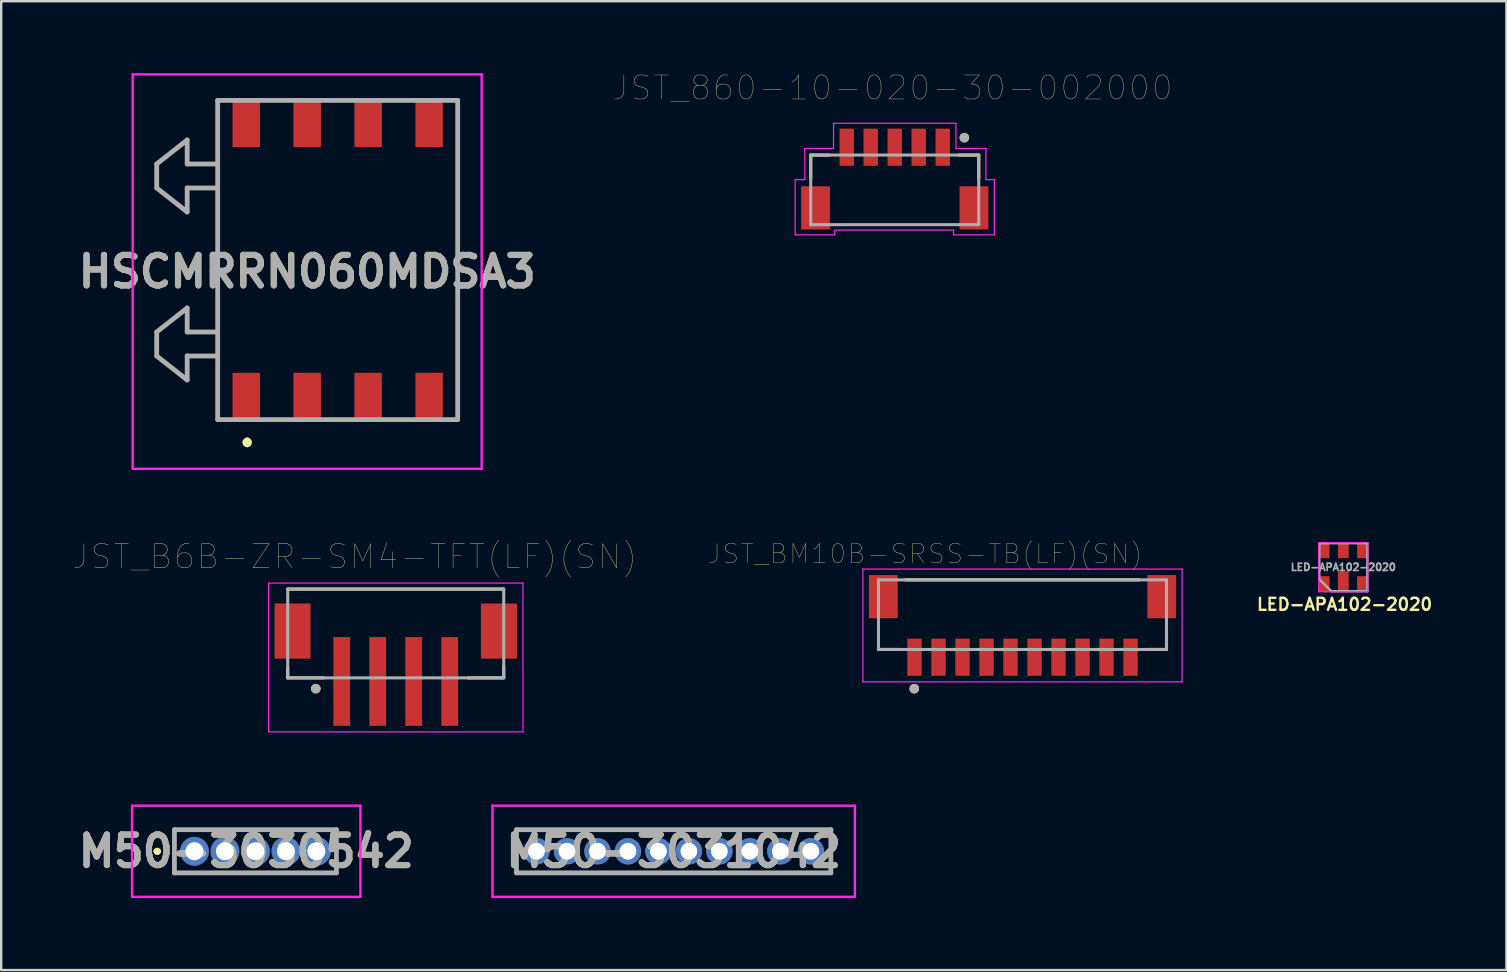
<source format=kicad_pcb>
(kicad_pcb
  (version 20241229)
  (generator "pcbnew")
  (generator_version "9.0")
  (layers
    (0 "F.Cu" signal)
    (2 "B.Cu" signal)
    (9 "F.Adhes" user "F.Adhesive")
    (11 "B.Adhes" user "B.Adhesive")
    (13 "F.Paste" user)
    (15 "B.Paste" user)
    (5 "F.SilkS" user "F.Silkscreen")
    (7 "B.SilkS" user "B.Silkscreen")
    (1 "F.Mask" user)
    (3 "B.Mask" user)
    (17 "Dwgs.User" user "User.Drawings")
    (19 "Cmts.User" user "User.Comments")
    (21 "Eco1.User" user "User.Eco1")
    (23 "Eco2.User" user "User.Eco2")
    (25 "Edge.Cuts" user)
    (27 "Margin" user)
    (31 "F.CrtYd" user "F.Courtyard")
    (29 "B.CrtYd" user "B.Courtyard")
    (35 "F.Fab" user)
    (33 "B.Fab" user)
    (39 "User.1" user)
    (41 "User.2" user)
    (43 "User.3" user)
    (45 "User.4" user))
  (footprint "LED-APA102-2020"
    (layer "F.Cu")
    (at 52.919 20.582)
    (property "Reference" "LED-APA102-2020" (at 0.051 1.549 0) (layer "F.SilkS") (effects (font (size 0.5 0.5) (thickness 0.1))))
    (attr smd)
    (fp_line (start -1.025 -1.025) (end -1.025 1.025) (stroke (width 0.05) (type solid)) (layer "F.CrtYd"))
    (fp_line (start -1.025 -1.025) (end 1.025 -1.025) (stroke (width 0.05) (type solid)) (layer "F.CrtYd"))
    (fp_line (start -1.025 1.025) (end 1.025 1.025) (stroke (width 0.05) (type solid)) (layer "F.CrtYd"))
    (fp_line (start 1.025 -1.025) (end 1.025 1.025) (stroke (width 0.05) (type solid)) (layer "F.CrtYd"))
    (fp_line (start -1 -1) (end 1 -1) (stroke (width 0.1) (type solid)) (layer "F.Fab"))
    (fp_line (start -1 0.5) (end -1 -1) (stroke (width 0.1) (type solid)) (layer "F.Fab"))
    (fp_line (start -1 0.5) (end -0.5 1) (stroke (width 0.1) (type solid)) (layer "F.Fab"))
    (fp_line (start 1 -1) (end 1 1) (stroke (width 0.1) (type solid)) (layer "F.Fab"))
    (fp_line (start 1 1) (end -0.5 1) (stroke (width 0.1) (type solid)) (layer "F.Fab"))
    (fp_text user "${REFERENCE}" (at 0 0 0) (layer "F.Fab") (effects (font (size 0.3 0.3) (thickness 0.07))))
    (pad "1" smd rect (at 0 0.6) (size 0.45 0.85) (layers "F.Cu" "F.Mask" "F.Paste"))
    (pad "2" smd rect (at 0.8 0.7) (size 0.45 0.65) (layers "F.Cu" "F.Mask" "F.Paste"))
    (pad "3" smd rect (at 0.8 -0.7) (size 0.45 0.65) (layers "F.Cu" "F.Mask" "F.Paste"))
    (pad "4" smd rect (at -0.8 -0.7) (size 0.45 0.65) (layers "F.Cu" "F.Mask" "F.Paste"))
    (pad "5" smd rect (at -0.8 0.7) (size 0.45 0.65) (layers "F.Cu" "F.Mask" "F.Paste"))
    (pad "6" smd rect (at 0 -0.7) (size 0.45 0.65) (layers "F.Cu" "F.Mask" "F.Paste")))
  (footprint "M50-3031042"
    (layer "F.Cu")
    (at 19.303 32.418)
    (property "Reference" "M50-3031042" (at 5.715 0 0) (layer "F.SilkS") (effects (font (size 1.27 1.27) (thickness 0.254))))
    (attr through_hole)
    (fp_line (start -0.835 -0.9) (end 12.265 -0.9) (stroke (width 0.1) (type solid)) (layer "F.SilkS"))
    (fp_line (start -0.835 0.9) (end -0.835 -0.9) (stroke (width 0.1) (type solid)) (layer "F.SilkS"))
    (fp_line (start 12.265 -0.9) (end 12.265 0.9) (stroke (width 0.1) (type solid)) (layer "F.SilkS"))
    (fp_line (start 12.265 0.9) (end -0.835 0.9) (stroke (width 0.1) (type solid)) (layer "F.SilkS"))
    (fp_line (start -1.835 -1.9) (end 13.265 -1.9) (stroke (width 0.1) (type solid)) (layer "F.CrtYd"))
    (fp_line (start -1.835 1.9) (end -1.835 -1.9) (stroke (width 0.1) (type solid)) (layer "F.CrtYd"))
    (fp_line (start 13.265 -1.9) (end 13.265 1.9) (stroke (width 0.1) (type solid)) (layer "F.CrtYd"))
    (fp_line (start 13.265 1.9) (end -1.835 1.9) (stroke (width 0.1) (type solid)) (layer "F.CrtYd"))
    (fp_line (start -0.835 -0.9) (end 12.265 -0.9) (stroke (width 0.2) (type solid)) (layer "F.Fab"))
    (fp_line (start -0.835 0.9) (end -0.835 -0.9) (stroke (width 0.2) (type solid)) (layer "F.Fab"))
    (fp_line (start 12.265 -0.9) (end 12.265 0.9) (stroke (width 0.2) (type solid)) (layer "F.Fab"))
    (fp_line (start 12.265 0.9) (end -0.835 0.9) (stroke (width 0.2) (type solid)) (layer "F.Fab"))
    (fp_text user "${REFERENCE}" (at 5.715 0 0) (layer "F.Fab") (effects (font (size 1.27 1.27) (thickness 0.254))))
    (pad "1" thru_hole circle (at 0 0) (size 1.1 1.1) (drill 0.7) (layers "*.Cu" "*.Mask"))
    (pad "2" thru_hole circle (at 1.27 0) (size 1.1 1.1) (drill 0.7) (layers "*.Cu" "*.Mask"))
    (pad "3" thru_hole circle (at 2.54 0) (size 1.1 1.1) (drill 0.7) (layers "*.Cu" "*.Mask"))
    (pad "4" thru_hole circle (at 3.81 0) (size 1.1 1.1) (drill 0.7) (layers "*.Cu" "*.Mask"))
    (pad "5" thru_hole circle (at 5.08 0) (size 1.1 1.1) (drill 0.7) (layers "*.Cu" "*.Mask"))
    (pad "6" thru_hole circle (at 6.35 0) (size 1.1 1.1) (drill 0.7) (layers "*.Cu" "*.Mask"))
    (pad "7" thru_hole circle (at 7.62 0) (size 1.1 1.1) (drill 0.7) (layers "*.Cu" "*.Mask"))
    (pad "8" thru_hole circle (at 8.89 0) (size 1.1 1.1) (drill 0.7) (layers "*.Cu" "*.Mask"))
    (pad "9" thru_hole circle (at 10.16 0) (size 1.1 1.1) (drill 0.7) (layers "*.Cu" "*.Mask"))
    (pad "10" thru_hole circle (at 11.43 0) (size 1.1 1.1) (drill 0.7) (layers "*.Cu" "*.Mask")))
  (footprint "JST_BM10B-SRSS-TB(LF)(SN)"
    (layer "F.Cu")
    (at 39.552 24.334)
    (property "Reference" "JST_BM10B-SRSS-TB(LF)(SN)" (at -4.06 -4.308 0) (layer "F.SilkS") (effects (font (size 0.8 0.8) (thickness 0.015))))
    (attr through_hole)
    (fp_line (start -6 -1.3) (end -6 -0.325) (stroke (width 0.127) (type solid)) (layer "F.SilkS"))
    (fp_line (start -6 -0.325) (end -5.12 -0.325) (stroke (width 0.127) (type solid)) (layer "F.SilkS"))
    (fp_line (start 4.88 -3.225) (end -4.88 -3.225) (stroke (width 0.127) (type solid)) (layer "F.SilkS"))
    (fp_line (start 6 -1.3) (end 6 -0.325) (stroke (width 0.127) (type solid)) (layer "F.SilkS"))
    (fp_line (start 6 -0.325) (end 5.12 -0.325) (stroke (width 0.127) (type solid)) (layer "F.SilkS"))
    (fp_circle (center -4.51 1.31) (end -4.41 1.31) (stroke (width 0.2) (type solid)) (fill no) (layer "F.SilkS"))
    (fp_line (start -6.65 -3.675) (end -6.65 1.025) (stroke (width 0.05) (type solid)) (layer "F.CrtYd"))
    (fp_line (start -6.65 1.025) (end 6.65 1.025) (stroke (width 0.05) (type solid)) (layer "F.CrtYd"))
    (fp_line (start 6.65 -3.675) (end -6.65 -3.675) (stroke (width 0.05) (type solid)) (layer "F.CrtYd"))
    (fp_line (start 6.65 1.025) (end 6.65 -3.675) (stroke (width 0.05) (type solid)) (layer "F.CrtYd"))
    (fp_line (start -6 -3.225) (end -6 -0.325) (stroke (width 0.127) (type solid)) (layer "F.Fab"))
    (fp_line (start -6 -0.325) (end 6 -0.325) (stroke (width 0.127) (type solid)) (layer "F.Fab"))
    (fp_line (start 6 -3.225) (end -6 -3.225) (stroke (width 0.127) (type solid)) (layer "F.Fab"))
    (fp_line (start 6 -0.325) (end 6 -3.225) (stroke (width 0.127) (type solid)) (layer "F.Fab"))
    (fp_circle (center -4.51 1.31) (end -4.41 1.31) (stroke (width 0.2) (type solid)) (fill no) (layer "F.Fab"))
    (pad "1" smd rect (at -4.5 0) (size 0.6 1.55) (layers "F.Cu" "F.Mask" "F.Paste"))
    (pad "2" smd rect (at -3.5 0) (size 0.6 1.55) (layers "F.Cu" "F.Mask" "F.Paste"))
    (pad "3" smd rect (at -2.5 0) (size 0.6 1.55) (layers "F.Cu" "F.Mask" "F.Paste"))
    (pad "4" smd rect (at -1.5 0) (size 0.6 1.55) (layers "F.Cu" "F.Mask" "F.Paste"))
    (pad "5" smd rect (at -0.5 0) (size 0.6 1.55) (layers "F.Cu" "F.Mask" "F.Paste"))
    (pad "6" smd rect (at 0.5 0) (size 0.6 1.55) (layers "F.Cu" "F.Mask" "F.Paste"))
    (pad "7" smd rect (at 1.5 0) (size 0.6 1.55) (layers "F.Cu" "F.Mask" "F.Paste"))
    (pad "8" smd rect (at 2.5 0) (size 0.6 1.55) (layers "F.Cu" "F.Mask" "F.Paste"))
    (pad "9" smd rect (at 3.5 0) (size 0.6 1.55) (layers "F.Cu" "F.Mask" "F.Paste"))
    (pad "10" smd rect (at 4.5 0) (size 0.6 1.55) (layers "F.Cu" "F.Mask" "F.Paste"))
    (pad "S1" smd rect (at -5.8 -2.525) (size 1.2 1.8) (layers "F.Cu" "F.Mask" "F.Paste"))
    (pad "S2" smd rect (at 5.8 -2.525) (size 1.2 1.8) (layers "F.Cu" "F.Mask" "F.Paste")))
  (footprint "JST_B6B-ZR-SM4-TFT(LF)(SN)"
    (layer "F.Cu")
    (at 13.438 23.343)
    (property "Reference" "JST_B6B-ZR-SM4-TFT(LF)(SN)" (at -1.706 -3.2 0) (layer "F.SilkS") (effects (font (size 1 1) (thickness 0.015))))
    (attr through_hole)
    (fp_line (start -4.5 -1.85) (end 4.5 -1.85) (stroke (width 0.127) (type solid)) (layer "F.SilkS"))
    (fp_line (start -4.5 1.4) (end -4.5 1.85) (stroke (width 0.127) (type solid)) (layer "F.SilkS"))
    (fp_line (start -4.5 1.85) (end -3 1.85) (stroke (width 0.127) (type solid)) (layer "F.SilkS"))
    (fp_line (start 4.5 1.4) (end 4.5 1.85) (stroke (width 0.127) (type solid)) (layer "F.SilkS"))
    (fp_line (start 4.5 1.85) (end 3 1.85) (stroke (width 0.127) (type solid)) (layer "F.SilkS"))
    (fp_circle (center -3.331 2.3) (end -3.231 2.3) (stroke (width 0.2) (type solid)) (fill no) (layer "F.SilkS"))
    (fp_line (start -5.3 -2.1) (end 5.3 -2.1) (stroke (width 0.05) (type solid)) (layer "F.CrtYd"))
    (fp_line (start -5.3 4.1) (end -5.3 -2.1) (stroke (width 0.05) (type solid)) (layer "F.CrtYd"))
    (fp_line (start 5.3 -2.1) (end 5.3 4.1) (stroke (width 0.05) (type solid)) (layer "F.CrtYd"))
    (fp_line (start 5.3 4.1) (end -5.3 4.1) (stroke (width 0.05) (type solid)) (layer "F.CrtYd"))
    (fp_line (start -4.5 -1.85) (end 4.5 -1.85) (stroke (width 0.127) (type solid)) (layer "F.Fab"))
    (fp_line (start -4.5 1.85) (end -4.5 -1.85) (stroke (width 0.127) (type solid)) (layer "F.Fab"))
    (fp_line (start 4.5 -1.85) (end 4.5 1.85) (stroke (width 0.127) (type solid)) (layer "F.Fab"))
    (fp_line (start 4.5 1.85) (end -4.5 1.85) (stroke (width 0.127) (type solid)) (layer "F.Fab"))
    (fp_circle (center -3.331 2.3) (end -3.231 2.3) (stroke (width 0.2) (type solid)) (fill no) (layer "F.Fab"))
    (pad "1" smd rect (at -2.25 2) (size 0.7 3.7) (layers "F.Cu" "F.Mask" "F.Paste"))
    (pad "2" smd rect (at -0.75 2) (size 0.7 3.7) (layers "F.Cu" "F.Mask" "F.Paste"))
    (pad "3" smd rect (at 0.75 2) (size 0.7 3.7) (layers "F.Cu" "F.Mask" "F.Paste"))
    (pad "4" smd rect (at 2.25 2) (size 0.7 3.7) (layers "F.Cu" "F.Mask" "F.Paste"))
    (pad "S1" smd rect (at 4.3 -0.1) (size 1.5 2.3) (layers "F.Cu" "F.Mask" "F.Paste"))
    (pad "S2" smd rect (at -4.3 -0.1) (size 1.5 2.3) (layers "F.Cu" "F.Mask" "F.Paste")))
  (footprint "M50-3030542"
    (layer "F.Cu")
    (at 5.052 32.418)
    (property "Reference" "M50-3030542" (at 2.157 0 0) (layer "F.SilkS") (effects (font (size 1.27 1.27) (thickness 0.254))))
    (attr through_hole)
    (fp_line (start -1.6 0) (end -1.6 0) (stroke (width 0.2) (type solid)) (layer "F.SilkS"))
    (fp_line (start -1.6 0) (end -1.6 0) (stroke (width 0.2) (type solid)) (layer "F.SilkS"))
    (fp_line (start -1.5 0) (end -1.5 0) (stroke (width 0.2) (type solid)) (layer "F.SilkS"))
    (fp_line (start -0.835 -0.9) (end 5.915 -0.9) (stroke (width 0.1) (type solid)) (layer "F.SilkS"))
    (fp_line (start -0.835 0.9) (end -0.835 -0.9) (stroke (width 0.1) (type solid)) (layer "F.SilkS"))
    (fp_line (start 5.915 -0.9) (end 5.915 0.9) (stroke (width 0.1) (type solid)) (layer "F.SilkS"))
    (fp_line (start 5.915 0.9) (end -0.835 0.9) (stroke (width 0.1) (type solid)) (layer "F.SilkS"))
    (fp_arc (start -1.6 0) (mid -1.55 -0.05) (end -1.5 0) (stroke (width 0.2) (type solid)) (layer "F.SilkS"))
    (fp_arc (start -1.5 0) (mid -1.55 0.05) (end -1.6 0) (stroke (width 0.2) (type solid)) (layer "F.SilkS"))
    (fp_arc (start -1.5 0) (mid -1.55 0.05) (end -1.6 0) (stroke (width 0.2) (type solid)) (layer "F.SilkS"))
    (fp_line (start -2.6 -1.9) (end 6.915 -1.9) (stroke (width 0.1) (type solid)) (layer "F.CrtYd"))
    (fp_line (start -2.6 1.9) (end -2.6 -1.9) (stroke (width 0.1) (type solid)) (layer "F.CrtYd"))
    (fp_line (start 6.915 -1.9) (end 6.915 1.9) (stroke (width 0.1) (type solid)) (layer "F.CrtYd"))
    (fp_line (start 6.915 1.9) (end -2.6 1.9) (stroke (width 0.1) (type solid)) (layer "F.CrtYd"))
    (fp_line (start -0.835 -0.9) (end -0.835 0.9) (stroke (width 0.2) (type solid)) (layer "F.Fab"))
    (fp_line (start -0.835 0.9) (end 5.915 0.9) (stroke (width 0.2) (type solid)) (layer "F.Fab"))
    (fp_line (start 5.915 -0.9) (end -0.835 -0.9) (stroke (width 0.2) (type solid)) (layer "F.Fab"))
    (fp_line (start 5.915 0.9) (end 5.915 -0.9) (stroke (width 0.2) (type solid)) (layer "F.Fab"))
    (fp_text user "${REFERENCE}" (at 2.157 0 0) (layer "F.Fab") (effects (font (size 1.27 1.27) (thickness 0.254))))
    (pad "1" thru_hole circle (at 0 0) (size 1.2 1.2) (drill 0.75) (layers "*.Cu" "*.Mask"))
    (pad "2" thru_hole circle (at 1.27 0) (size 1.2 1.2) (drill 0.75) (layers "*.Cu" "*.Mask"))
    (pad "3" thru_hole circle (at 2.54 0) (size 1.2 1.2) (drill 0.75) (layers "*.Cu" "*.Mask"))
    (pad "4" thru_hole circle (at 3.81 0) (size 1.2 1.2) (drill 0.75) (layers "*.Cu" "*.Mask"))
    (pad "5" thru_hole circle (at 5.08 0) (size 1.2 1.2) (drill 0.75) (layers "*.Cu" "*.Mask")))
  (footprint "HSCMRRN060MDSA3"
    (layer "F.Cu")
    (at 9.749 7.782)
    (property "Reference" "HSCMRRN060MDSA3" (at 0 0.484 0) (layer "F.SilkS") (effects (font (size 1.27 1.27) (thickness 0.254))))
    (attr smd)
    (fp_line (start -6.27 -4) (end -6.27 -3) (stroke (width 0.1) (type solid)) (layer "F.SilkS"))
    (fp_line (start -6.27 -3) (end -5 -2) (stroke (width 0.1) (type solid)) (layer "F.SilkS"))
    (fp_line (start -6.27 3) (end -6.27 4) (stroke (width 0.1) (type solid)) (layer "F.SilkS"))
    (fp_line (start -6.27 4) (end -5 5) (stroke (width 0.1) (type solid)) (layer "F.SilkS"))
    (fp_line (start -5 -5) (end -6.27 -4) (stroke (width 0.1) (type solid)) (layer "F.SilkS"))
    (fp_line (start -5 -4) (end -5 -5) (stroke (width 0.1) (type solid)) (layer "F.SilkS"))
    (fp_line (start -5 -3) (end -3.73 -3) (stroke (width 0.1) (type solid)) (layer "F.SilkS"))
    (fp_line (start -5 -2) (end -5 -3) (stroke (width 0.1) (type solid)) (layer "F.SilkS"))
    (fp_line (start -5 2) (end -6.27 3) (stroke (width 0.1) (type solid)) (layer "F.SilkS"))
    (fp_line (start -5 3) (end -5 2) (stroke (width 0.1) (type solid)) (layer "F.SilkS"))
    (fp_line (start -5 4) (end -3.73 4) (stroke (width 0.1) (type solid)) (layer "F.SilkS"))
    (fp_line (start -5 5) (end -5 4) (stroke (width 0.1) (type solid)) (layer "F.SilkS"))
    (fp_line (start -3.73 -6.65) (end -3.73 4) (stroke (width 0.1) (type solid)) (layer "F.SilkS"))
    (fp_line (start -3.73 -4) (end -5 -4) (stroke (width 0.1) (type solid)) (layer "F.SilkS"))
    (fp_line (start -3.73 3) (end -5 3) (stroke (width 0.1) (type solid)) (layer "F.SilkS"))
    (fp_line (start -3.73 4) (end -3.73 6.65) (stroke (width 0.1) (type solid)) (layer "F.SilkS"))
    (fp_line (start -2.5 7.5) (end -2.5 7.5) (stroke (width 0.2) (type solid)) (layer "F.SilkS"))
    (fp_line (start -2.5 7.7) (end -2.5 7.7) (stroke (width 0.2) (type solid)) (layer "F.SilkS"))
    (fp_line (start 6.27 -6.65) (end 6.27 6.65) (stroke (width 0.1) (type solid)) (layer "F.SilkS"))
    (fp_arc (start -2.5 7.5) (mid -2.4 7.6) (end -2.5 7.7) (stroke (width 0.2) (type solid)) (layer "F.SilkS"))
    (fp_arc (start -2.5 7.7) (mid -2.6 7.6) (end -2.5 7.5) (stroke (width 0.2) (type solid)) (layer "F.SilkS"))
    (fp_line (start -7.27 -7.732) (end 7.27 -7.732) (stroke (width 0.1) (type solid)) (layer "F.CrtYd"))
    (fp_line (start -7.27 8.7) (end -7.27 -7.732) (stroke (width 0.1) (type solid)) (layer "F.CrtYd"))
    (fp_line (start 7.27 -7.732) (end 7.27 8.7) (stroke (width 0.1) (type solid)) (layer "F.CrtYd"))
    (fp_line (start 7.27 8.7) (end -7.27 8.7) (stroke (width 0.1) (type solid)) (layer "F.CrtYd"))
    (fp_line (start -6.27 -4) (end -6.27 -3) (stroke (width 0.2) (type solid)) (layer "F.Fab"))
    (fp_line (start -6.27 -3) (end -5 -2) (stroke (width 0.2) (type solid)) (layer "F.Fab"))
    (fp_line (start -6.27 3) (end -5 2) (stroke (width 0.2) (type solid)) (layer "F.Fab"))
    (fp_line (start -6.27 4) (end -6.27 3) (stroke (width 0.2) (type solid)) (layer "F.Fab"))
    (fp_line (start -5 -5) (end -6.27 -4) (stroke (width 0.2) (type solid)) (layer "F.Fab"))
    (fp_line (start -5 -4) (end -5 -5) (stroke (width 0.2) (type solid)) (layer "F.Fab"))
    (fp_line (start -5 -3) (end -3.73 -3) (stroke (width 0.2) (type solid)) (layer "F.Fab"))
    (fp_line (start -5 -2) (end -5 -3) (stroke (width 0.2) (type solid)) (layer "F.Fab"))
    (fp_line (start -5 2) (end -5 3) (stroke (width 0.2) (type solid)) (layer "F.Fab"))
    (fp_line (start -5 3) (end -3.73 3) (stroke (width 0.2) (type solid)) (layer "F.Fab"))
    (fp_line (start -5 4) (end -5 4) (stroke (width 0.2) (type solid)) (layer "F.Fab"))
    (fp_line (start -5 4) (end -5 5) (stroke (width 0.2) (type solid)) (layer "F.Fab"))
    (fp_line (start -5 5) (end -6.27 4) (stroke (width 0.2) (type solid)) (layer "F.Fab"))
    (fp_line (start -3.73 -6.65) (end 6.27 -6.65) (stroke (width 0.2) (type solid)) (layer "F.Fab"))
    (fp_line (start -3.73 -4) (end -5 -4) (stroke (width 0.2) (type solid)) (layer "F.Fab"))
    (fp_line (start -3.73 4) (end -5 4) (stroke (width 0.2) (type solid)) (layer "F.Fab"))
    (fp_line (start -3.73 6.65) (end -3.73 -6.65) (stroke (width 0.2) (type solid)) (layer "F.Fab"))
    (fp_line (start 6.27 -6.65) (end 6.27 6.65) (stroke (width 0.2) (type solid)) (layer "F.Fab"))
    (fp_line (start 6.27 6.65) (end -3.73 6.65) (stroke (width 0.2) (type solid)) (layer "F.Fab"))
    (fp_text user "${REFERENCE}" (at 0 0.484 0) (layer "F.Fab") (effects (font (size 1.27 1.27) (thickness 0.254))))
    (pad "1" smd rect (at -2.54 5.716) (size 1.143 2.032) (layers "F.Cu" "F.Mask" "F.Paste"))
    (pad "2" smd rect (at 0 5.716) (size 1.143 2.032) (layers "F.Cu" "F.Mask" "F.Paste"))
    (pad "3" smd rect (at 2.54 5.716) (size 1.143 2.032) (layers "F.Cu" "F.Mask" "F.Paste"))
    (pad "4" smd rect (at 5.08 5.716) (size 1.143 2.032) (layers "F.Cu" "F.Mask" "F.Paste"))
    (pad "5" smd rect (at 5.08 -5.716) (size 1.143 2.032) (layers "F.Cu" "F.Mask" "F.Paste"))
    (pad "6" smd rect (at 2.54 -5.716) (size 1.143 2.032) (layers "F.Cu" "F.Mask" "F.Paste"))
    (pad "7" smd rect (at 0 -5.716) (size 1.143 2.032) (layers "F.Cu" "F.Mask" "F.Paste"))
    (pad "8" smd rect (at -2.54 -5.716) (size 1.143 2.032) (layers "F.Cu" "F.Mask" "F.Paste")))
  (footprint "JST_860-10-020-30-002000"
    (layer "F.Cu")
    (at 36.229 3.086)
    (property "Reference" "JST_860-10-020-30-002000" (at -2.095 -2.475 0) (layer "F.SilkS") (effects (font (size 1 1) (thickness 0.015))))
    (attr through_hole)
    (fp_line (start -5.5 0.325) (end -5.5 1.3) (stroke (width 0.127) (type solid)) (layer "F.SilkS"))
    (fp_line (start -4.74 0.325) (end -5.5 0.325) (stroke (width 0.127) (type solid)) (layer "F.SilkS"))
    (fp_line (start 0.68 0.325) (end 1.5 0.325) (stroke (width 0.127) (type solid)) (layer "F.SilkS"))
    (fp_line (start 1.5 0.325) (end 1.5 1.3) (stroke (width 0.127) (type solid)) (layer "F.SilkS"))
    (fp_circle (center 0.9 -0.4) (end 1 -0.4) (stroke (width 0.2) (type solid)) (fill no) (layer "F.SilkS"))
    (fp_line (start -6.15 1.35) (end -5.75 1.35) (stroke (width 0.05) (type solid)) (layer "F.CrtYd"))
    (fp_line (start -6.15 3.65) (end -6.15 1.35) (stroke (width 0.05) (type solid)) (layer "F.CrtYd"))
    (fp_line (start -5.75 0.05) (end -4.55 0.05) (stroke (width 0.05) (type solid)) (layer "F.CrtYd"))
    (fp_line (start -5.75 1.35) (end -5.75 0.05) (stroke (width 0.05) (type solid)) (layer "F.CrtYd"))
    (fp_line (start -4.55 -1) (end 0.55 -1) (stroke (width 0.05) (type solid)) (layer "F.CrtYd"))
    (fp_line (start -4.55 0.05) (end -4.55 -1) (stroke (width 0.05) (type solid)) (layer "F.CrtYd"))
    (fp_line (start -4.5 3.45) (end -4.5 3.65) (stroke (width 0.05) (type solid)) (layer "F.CrtYd"))
    (fp_line (start -4.5 3.65) (end -6.15 3.65) (stroke (width 0.05) (type solid)) (layer "F.CrtYd"))
    (fp_line (start 0.45 3.45) (end -4.5 3.45) (stroke (width 0.05) (type solid)) (layer "F.CrtYd"))
    (fp_line (start 0.45 3.65) (end 0.45 3.45) (stroke (width 0.05) (type solid)) (layer "F.CrtYd"))
    (fp_line (start 0.55 -1) (end 0.55 0.05) (stroke (width 0.05) (type solid)) (layer "F.CrtYd"))
    (fp_line (start 0.55 0.05) (end 1.8 0.05) (stroke (width 0.05) (type solid)) (layer "F.CrtYd"))
    (fp_line (start 1.8 0.05) (end 1.8 1.35) (stroke (width 0.05) (type solid)) (layer "F.CrtYd"))
    (fp_line (start 1.8 1.35) (end 2.15 1.35) (stroke (width 0.05) (type solid)) (layer "F.CrtYd"))
    (fp_line (start 2.15 1.35) (end 2.15 3.65) (stroke (width 0.05) (type solid)) (layer "F.CrtYd"))
    (fp_line (start 2.15 3.65) (end 0.45 3.65) (stroke (width 0.05) (type solid)) (layer "F.CrtYd"))
    (fp_line (start -5.5 0.325) (end 1.5 0.325) (stroke (width 0.127) (type solid)) (layer "F.Fab"))
    (fp_line (start -5.5 3.225) (end -5.5 0.325) (stroke (width 0.127) (type solid)) (layer "F.Fab"))
    (fp_line (start 1.5 0.325) (end 1.5 3.225) (stroke (width 0.127) (type solid)) (layer "F.Fab"))
    (fp_line (start 1.5 3.225) (end -5.5 3.225) (stroke (width 0.127) (type solid)) (layer "F.Fab"))
    (fp_circle (center 0.9 -0.4) (end 1 -0.4) (stroke (width 0.2) (type solid)) (fill no) (layer "F.Fab"))
    (pad "1" smd rect (at 0 0) (size 0.6 1.55) (layers "F.Cu" "F.Mask" "F.Paste"))
    (pad "2" smd rect (at -1 0) (size 0.6 1.55) (layers "F.Cu" "F.Mask" "F.Paste"))
    (pad "3" smd rect (at -2 0) (size 0.6 1.55) (layers "F.Cu" "F.Mask" "F.Paste"))
    (pad "4" smd rect (at -3 0) (size 0.6 1.55) (layers "F.Cu" "F.Mask" "F.Paste"))
    (pad "5" smd rect (at -4 0) (size 0.6 1.55) (layers "F.Cu" "F.Mask" "F.Paste"))
    (pad "P1" smd rect (at -5.3 2.525) (size 1.2 1.8) (layers "F.Cu" "F.Mask" "F.Paste"))
    (pad "P2" smd rect (at 1.3 2.525) (size 1.2 1.8) (layers "F.Cu" "F.Mask" "F.Paste")))
  (gr_rect
    (start -3 -3)
    (end 59.713 37.368)
    (stroke (width 0.1) (type default))
    (fill no)
    (layer "Edge.Cuts")))
</source>
